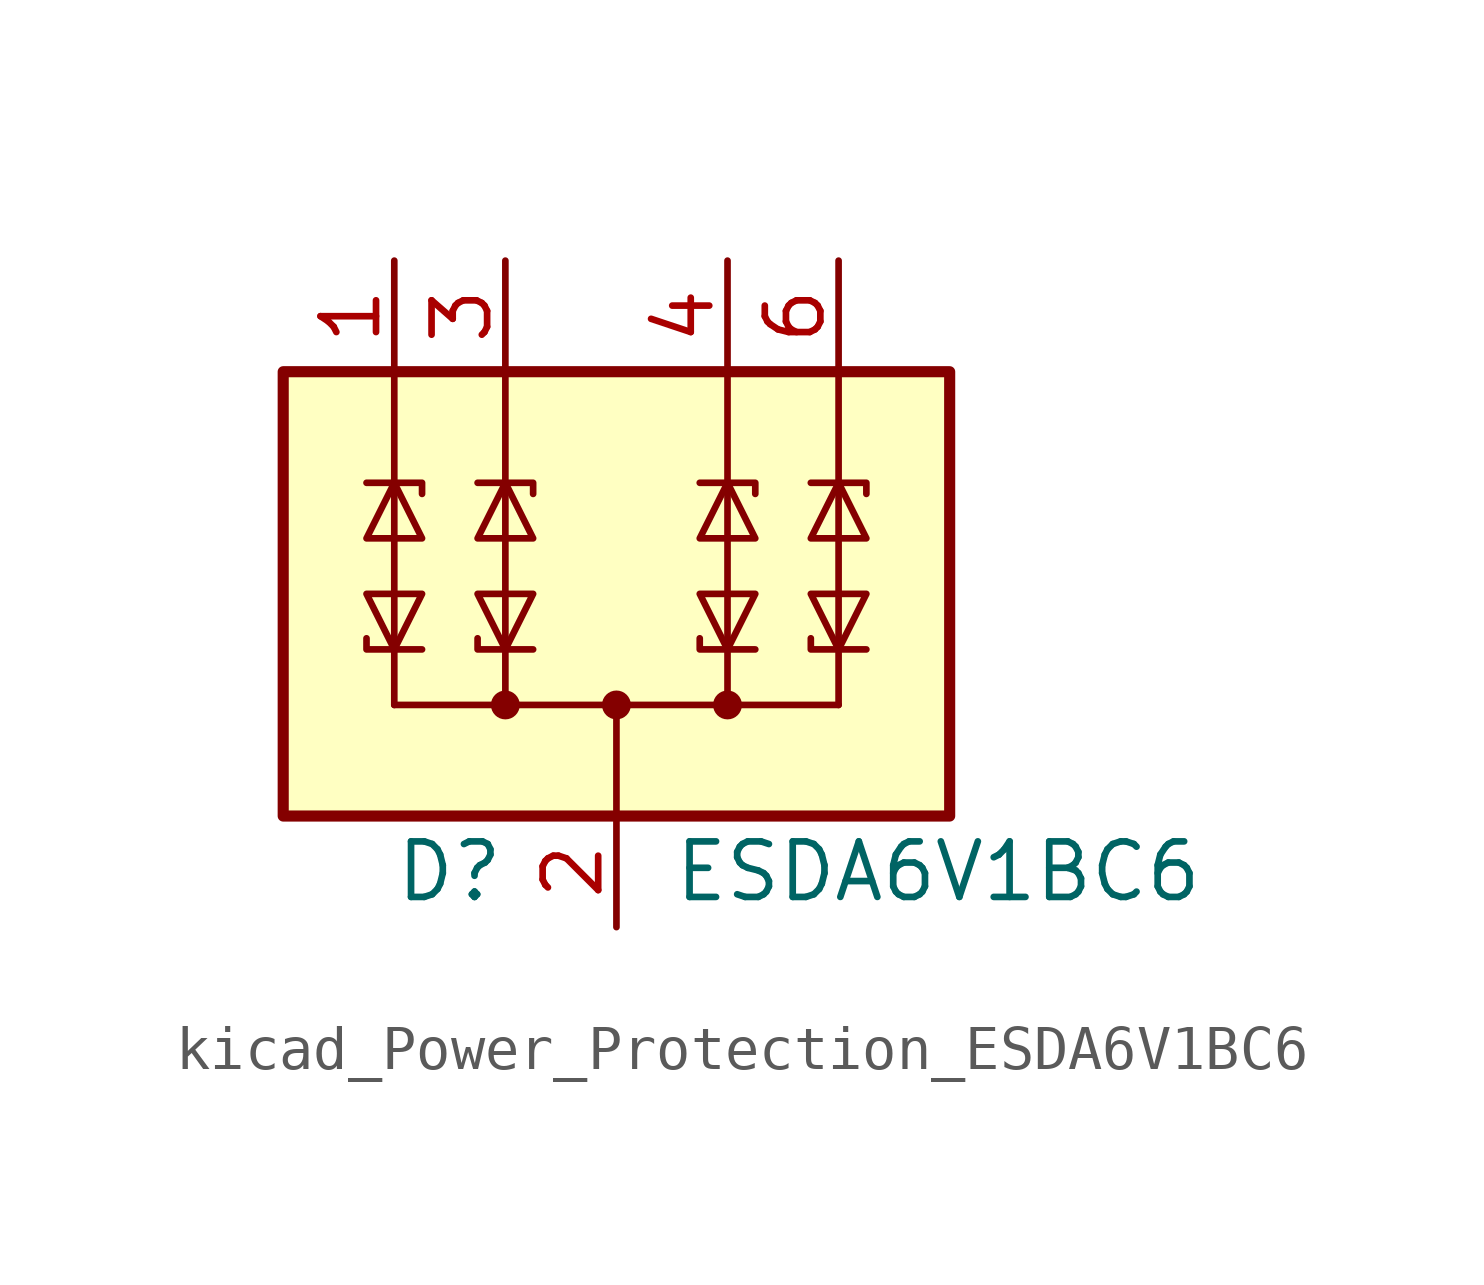
<source format=kicad_sym>
(kicad_symbol_lib
  (version 20220914)
  (generator kicad_symbol_editor)
  (symbol "kicad_Power_Protection_ESDA6V1BC6"
    (pin_names hide)
    (property "Reference" "D"
      (at -2.54 -6.35 0)
      (effects (font (size 1.27 1.27)) (justify right)))
    (property "Value" "ESDA6V1BC6"
      (at 1.27 -6.35 0)
      (effects (font (size 1.27 1.27)) (justify left)))
    (symbol "kicad_Power_Protection_ESDA6V1BC6_0_0"
      (pin passive line (at 0 -7.62 90) (length 2.54) (name "COM" (effects (font (size 1.27 1.27)))) (number "2" (effects (font (size 1.27 1.27))))))
    (symbol "kicad_Power_Protection_ESDA6V1BC6_0_1"
      (rectangle (start -7.62 5.08) (end 7.62 -5.08) (stroke (width 0.254) (type default)) (fill (type background)))
      (circle (center -2.54 -2.54) (radius 0.254) (stroke (width 0) (type default)) (fill (type outline)))
      (circle (center 0 -2.54) (radius 0.254) (stroke (width 0) (type default)) (fill (type outline)))
      (polyline (pts (xy -5.08 -2.54) (xy -5.08 -1.27)) (stroke (width 0) (type default)) (fill (type none)))
      (polyline (pts (xy -5.08 -2.54) (xy 5.08 -2.54)) (stroke (width 0) (type default)) (fill (type none)))
      (polyline (pts (xy -5.08 2.54) (xy -5.08 -1.27)) (stroke (width 0) (type default)) (fill (type none)))
      (polyline (pts (xy -5.08 5.08) (xy -5.08 2.54)) (stroke (width 0) (type default)) (fill (type none)))
      (polyline (pts (xy -2.54 -2.54) (xy -2.54 -1.27)) (stroke (width 0) (type default)) (fill (type none)))
      (polyline (pts (xy -2.54 2.54) (xy -2.54 -1.27)) (stroke (width 0) (type default)) (fill (type none)))
      (polyline (pts (xy -2.54 5.08) (xy -2.54 2.54)) (stroke (width 0) (type default)) (fill (type none)))
      (polyline (pts (xy 0 -2.54) (xy 0 -5.08)) (stroke (width 0) (type default)) (fill (type none)))
      (polyline (pts (xy 2.54 -2.54) (xy 2.54 -1.27)) (stroke (width 0) (type default)) (fill (type none)))
      (polyline (pts (xy 2.54 2.54) (xy 2.54 -1.27)) (stroke (width 0) (type default)) (fill (type none)))
      (polyline (pts (xy 2.54 5.08) (xy 2.54 2.54)) (stroke (width 0) (type default)) (fill (type none)))
      (polyline (pts (xy 5.08 -2.54) (xy 5.08 -1.27)) (stroke (width 0) (type default)) (fill (type none)))
      (polyline (pts (xy 5.08 2.54) (xy 5.08 -1.27)) (stroke (width 0) (type default)) (fill (type none)))
      (polyline (pts (xy 5.08 5.08) (xy 5.08 2.54)) (stroke (width 0) (type default)) (fill (type none)))
      (polyline (pts (xy -5.715 -1.016) (xy -5.715 -1.27) (xy -4.445 -1.27)) (stroke (width 0) (type default)) (fill (type none)))
      (polyline (pts (xy -5.715 2.54) (xy -4.445 2.54) (xy -4.445 2.286)) (stroke (width 0) (type default)) (fill (type none)))
      (polyline (pts (xy -3.175 -1.016) (xy -3.175 -1.27) (xy -1.905 -1.27)) (stroke (width 0) (type default)) (fill (type none)))
      (polyline (pts (xy -3.175 2.54) (xy -1.905 2.54) (xy -1.905 2.286)) (stroke (width 0) (type default)) (fill (type none)))
      (polyline (pts (xy 1.905 -1.016) (xy 1.905 -1.27) (xy 3.175 -1.27)) (stroke (width 0) (type default)) (fill (type none)))
      (polyline (pts (xy 1.905 2.54) (xy 3.175 2.54) (xy 3.175 2.286)) (stroke (width 0) (type default)) (fill (type none)))
      (polyline (pts (xy 4.445 -1.016) (xy 4.445 -1.27) (xy 5.715 -1.27)) (stroke (width 0) (type default)) (fill (type none)))
      (polyline (pts (xy 4.445 2.54) (xy 5.715 2.54) (xy 5.715 2.286)) (stroke (width 0) (type default)) (fill (type none)))
      (polyline (pts (xy -5.08 -1.27) (xy -5.715 0) (xy -4.445 0) (xy -5.08 -1.27)) (stroke (width 0) (type default)) (fill (type none)))
      (polyline (pts (xy -5.08 2.54) (xy -4.445 1.27) (xy -5.715 1.27) (xy -5.08 2.54)) (stroke (width 0) (type default)) (fill (type none)))
      (polyline (pts (xy -2.54 -1.27) (xy -3.175 0) (xy -1.905 0) (xy -2.54 -1.27)) (stroke (width 0) (type default)) (fill (type none)))
      (polyline (pts (xy -2.54 2.54) (xy -1.905 1.27) (xy -3.175 1.27) (xy -2.54 2.54)) (stroke (width 0) (type default)) (fill (type none)))
      (polyline (pts (xy 2.54 -1.27) (xy 1.905 0) (xy 3.175 0) (xy 2.54 -1.27)) (stroke (width 0) (type default)) (fill (type none)))
      (polyline (pts (xy 2.54 2.54) (xy 3.175 1.27) (xy 1.905 1.27) (xy 2.54 2.54)) (stroke (width 0) (type default)) (fill (type none)))
      (polyline (pts (xy 5.08 -1.27) (xy 4.445 0) (xy 5.715 0) (xy 5.08 -1.27)) (stroke (width 0) (type default)) (fill (type none)))
      (polyline (pts (xy 5.08 2.54) (xy 5.715 1.27) (xy 4.445 1.27) (xy 5.08 2.54)) (stroke (width 0) (type default)) (fill (type none)))
      (circle (center 2.54 -2.54) (radius 0.254) (stroke (width 0) (type default)) (fill (type outline))))
    (symbol "kicad_Power_Protection_ESDA6V1BC6_1_1"
      (pin passive line (at -5.08 7.62 270) (length 2.54) (name "TVS1" (effects (font (size 1.27 1.27)))) (number "1" (effects (font (size 1.27 1.27)))))
      (pin passive line (at -2.54 7.62 270) (length 2.54) (name "TVS2" (effects (font (size 1.27 1.27)))) (number "3" (effects (font (size 1.27 1.27)))))
      (pin passive line (at 2.54 7.62 270) (length 2.54) (name "TVS3" (effects (font (size 1.27 1.27)))) (number "4" (effects (font (size 1.27 1.27)))))
      (pin passive line (at 0 -7.62 90) (length 2.54) hide (name "COM" (effects (font (size 1.27 1.27)))) (number "5" (effects (font (size 1.27 1.27)))))
      (pin passive line (at 5.08 7.62 270) (length 2.54) (name "TVS4" (effects (font (size 1.27 1.27)))) (number "6" (effects (font (size 1.27 1.27))))))))
</source>
